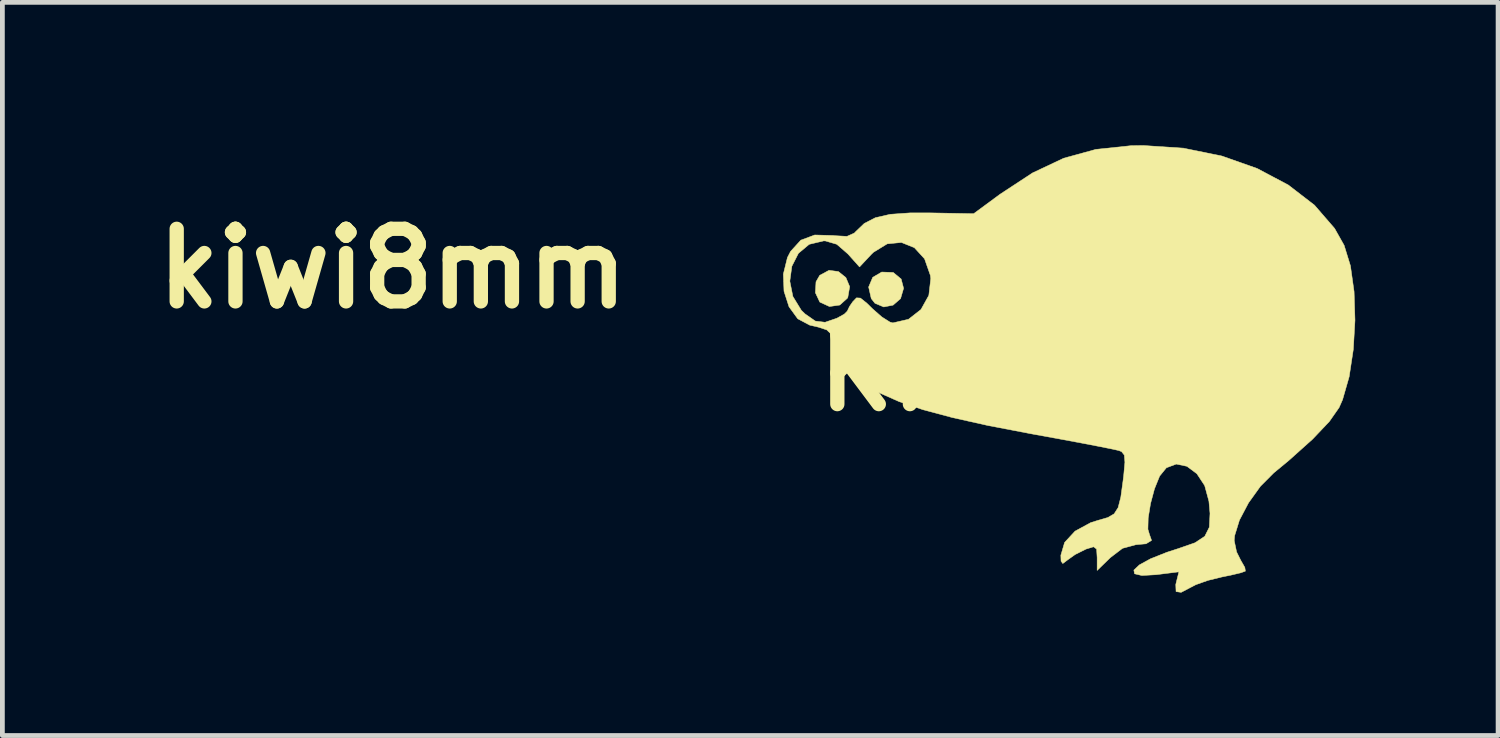
<source format=kicad_pcb>
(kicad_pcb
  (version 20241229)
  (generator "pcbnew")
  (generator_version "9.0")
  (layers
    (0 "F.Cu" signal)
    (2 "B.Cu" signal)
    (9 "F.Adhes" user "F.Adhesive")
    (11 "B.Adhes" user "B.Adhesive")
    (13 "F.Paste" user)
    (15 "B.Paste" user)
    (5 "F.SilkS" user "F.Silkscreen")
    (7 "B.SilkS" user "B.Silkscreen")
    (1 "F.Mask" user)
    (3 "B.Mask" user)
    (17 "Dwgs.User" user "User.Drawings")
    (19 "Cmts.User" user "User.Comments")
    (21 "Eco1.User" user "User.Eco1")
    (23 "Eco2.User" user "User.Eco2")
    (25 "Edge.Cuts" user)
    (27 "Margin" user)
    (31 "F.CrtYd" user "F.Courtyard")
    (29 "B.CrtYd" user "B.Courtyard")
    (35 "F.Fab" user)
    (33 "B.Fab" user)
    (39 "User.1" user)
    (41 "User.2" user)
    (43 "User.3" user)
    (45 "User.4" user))
  (footprint "Kiwi-silk"
    (layer "F.Cu")
    (at 19.394 4.746)
    (property "Reference" "Kiwi-silk" (at 0 0 0) (layer "F.SilkS") (effects (font (size 1.524 1.524) (thickness 0.3))))
    (attr through_hole)
    (fp_poly (pts (xy -3.688 -2.075) (xy -3.522 -1.937) (xy -3.471 -1.742) (xy -3.535 -1.525) (xy -3.692 -1.389) (xy -3.888 -1.351) (xy -4.072 -1.428) (xy -4.15 -1.527) (xy -4.205 -1.769) (xy -4.119 -1.973) (xy -3.93 -2.084) (xy -3.688 -2.075)) (stroke (width 0.01) (type solid)) (fill yes) (layer "F.SilkS"))
    (fp_poly (pts (xy -4.84 -2.094) (xy -4.683 -1.968) (xy -4.603 -1.777) (xy -4.642 -1.552) (xy -4.651 -1.535) (xy -4.811 -1.391) (xy -5.028 -1.36) (xy -5.227 -1.451) (xy -5.232 -1.456) (xy -5.323 -1.65) (xy -5.31 -1.879) (xy -5.232 -2.015) (xy -5.037 -2.12) (xy -4.84 -2.094)) (stroke (width 0.01) (type solid)) (fill yes) (layer "F.SilkS"))
    (fp_poly (pts (xy 2.408 -4.684) (xy 3.212 -4.52) (xy 3.952 -4.259) (xy 4.608 -3.911) (xy 5.157 -3.488) (xy 5.579 -3) (xy 5.779 -2.645) (xy 5.912 -2.213) (xy 5.988 -1.672) (xy 6.007 -1.071) (xy 5.972 -0.46) (xy 5.885 0.113) (xy 5.746 0.597) (xy 5.673 0.762) (xy 5.469 1.054) (xy 5.117 1.425) (xy 4.616 1.874) (xy 4.301 2.134) (xy 4.022 2.414) (xy 3.772 2.762) (xy 3.581 3.125) (xy 3.48 3.452) (xy 3.471 3.554) (xy 3.521 3.793) (xy 3.607 3.966) (xy 3.694 4.118) (xy 3.706 4.196) (xy 3.61 4.231) (xy 3.399 4.281) (xy 3.216 4.318) (xy 2.919 4.391) (xy 2.665 4.481) (xy 2.569 4.531) (xy 2.357 4.642) (xy 2.25 4.626) (xy 2.244 4.479) (xy 2.254 4.434) (xy 2.31 4.211) (xy 1.832 4.271) (xy 1.532 4.288) (xy 1.379 4.252) (xy 1.364 4.175) (xy 1.479 4.066) (xy 1.712 3.938) (xy 2.056 3.801) (xy 2.306 3.72) (xy 2.647 3.601) (xy 2.853 3.465) (xy 2.949 3.273) (xy 2.963 2.984) (xy 2.94 2.728) (xy 2.851 2.4) (xy 2.687 2.151) (xy 2.478 1.995) (xy 2.255 1.948) (xy 2.047 2.026) (xy 1.905 2.201) (xy 1.797 2.468) (xy 1.714 2.778) (xy 1.665 3.079) (xy 1.659 3.317) (xy 1.692 3.428) (xy 1.736 3.551) (xy 1.62 3.622) (xy 1.408 3.641) (xy 1.126 3.717) (xy 0.872 3.911) (xy 0.593 4.182) (xy 0.593 3.913) (xy 0.582 3.733) (xy 0.518 3.685) (xy 0.36 3.733) (xy 0.132 3.847) (xy -0.021 3.956) (xy -0.128 4.037) (xy -0.165 3.987) (xy -0.169 3.862) (xy -0.09 3.594) (xy 0.129 3.357) (xy 0.458 3.178) (xy 0.621 3.127) (xy 0.819 3.07) (xy 0.95 2.993) (xy 1.034 2.862) (xy 1.09 2.643) (xy 1.137 2.299) (xy 1.151 2.186) (xy 1.176 1.911) (xy 1.164 1.76) (xy 1.106 1.687) (xy 1.048 1.664) (xy 0.919 1.635) (xy 0.651 1.581) (xy 0.272 1.508) (xy -0.19 1.422) (xy -0.707 1.328) (xy -0.804 1.31) (xy -1.702 1.138) (xy -2.449 0.971) (xy -3.065 0.806) (xy -3.566 0.636) (xy -3.972 0.456) (xy -4.131 0.37) (xy -4.4 0.172) (xy -4.655 -0.085) (xy -4.86 -0.356) (xy -4.979 -0.598) (xy -4.995 -0.693) (xy -5.011 -0.799) (xy -5.084 -0.869) (xy -5.256 -0.926) (xy -5.442 -0.969) (xy -5.694 -1.103) (xy -5.877 -1.355) (xy -5.982 -1.681) (xy -5.99 -1.892) (xy -5.86 -1.892) (xy -5.796 -1.571) (xy -5.618 -1.28) (xy -5.542 -1.206) (xy -5.324 -1.054) (xy -5.12 -1.029) (xy -4.872 -1.114) (xy -4.715 -1.201) (xy -4.654 -1.262) (xy -4.606 -1.362) (xy -4.537 -1.462) (xy -4.46 -1.542) (xy -4.377 -1.537) (xy -4.245 -1.432) (xy -4.125 -1.314) (xy -3.927 -1.14) (xy -3.757 -1.033) (xy -3.697 -1.016) (xy -3.368 -1.092) (xy -3.106 -1.297) (xy -2.941 -1.594) (xy -2.9 -1.947) (xy -2.909 -2.015) (xy -3.031 -2.362) (xy -3.245 -2.596) (xy -3.517 -2.705) (xy -3.815 -2.676) (xy -4.104 -2.499) (xy -4.154 -2.45) (xy -4.396 -2.191) (xy -4.64 -2.464) (xy -4.874 -2.667) (xy -5.114 -2.737) (xy -5.15 -2.738) (xy -5.453 -2.666) (xy -5.679 -2.477) (xy -5.817 -2.206) (xy -5.86 -1.892) (xy -5.99 -1.892) (xy -5.996 -2.04) (xy -5.91 -2.389) (xy -5.844 -2.517) (xy -5.629 -2.753) (xy -5.337 -2.862) (xy -4.944 -2.851) (xy -4.917 -2.847) (xy -4.66 -2.833) (xy -4.506 -2.902) (xy -4.482 -2.927) (xy -4.296 -3.105) (xy -4.063 -3.225) (xy -3.753 -3.296) (xy -3.331 -3.326) (xy -2.926 -3.326) (xy -2 -3.309) (xy -1.445 -3.718) (xy -0.764 -4.165) (xy -0.109 -4.474) (xy 0.565 -4.659) (xy 1.304 -4.737) (xy 1.562 -4.741) (xy 2.408 -4.684)) (stroke (width 0.01) (type solid)) (fill yes) (layer "F.SilkS")))
  (footprint "kiwi8mm"
    (layer "F.Cu")
    (at 5.196 2.589)
    (property "Reference" "kiwi8mm" (at 0 0 0) (layer "F.SilkS") (effects (font (size 1.524 1.524) (thickness 0.3))))
    (attr through_hole)
    (fp_poly (pts (xy -1.995 -1.112) (xy -1.92 -1.015) (xy -1.911 -0.989) (xy -1.915 -0.86) (xy -1.98 -0.772) (xy -2.083 -0.741) (xy -2.199 -0.78) (xy -2.237 -0.811) (xy -2.302 -0.916) (xy -2.279 -1.016) (xy -2.22 -1.082) (xy -2.105 -1.137) (xy -1.995 -1.112)) (stroke (width 0.01) (type solid)) (fill yes) (layer "F.Mask"))
    (fp_poly (pts (xy -2.612 -1.119) (xy -2.53 -1.037) (xy -2.494 -0.951) (xy -2.529 -0.872) (xy -2.609 -0.79) (xy -2.695 -0.742) (xy -2.714 -0.739) (xy -2.784 -0.769) (xy -2.837 -0.811) (xy -2.896 -0.897) (xy -2.909 -0.947) (xy -2.873 -1.038) (xy -2.789 -1.12) (xy -2.702 -1.155) (xy -2.612 -1.119)) (stroke (width 0.01) (type solid)) (fill yes) (layer "F.Mask"))
    (fp_poly (pts (xy 1.543 -2.509) (xy 1.604 -2.494) (xy 2.074 -2.348) (xy 2.47 -2.153) (xy 2.79 -1.91) (xy 3.032 -1.622) (xy 3.132 -1.442) (xy 3.184 -1.323) (xy 3.22 -1.215) (xy 3.241 -1.096) (xy 3.251 -0.942) (xy 3.255 -0.73) (xy 3.255 -0.6) (xy 3.246 -0.25) (xy 3.212 0.035) (xy 3.145 0.275) (xy 3.034 0.488) (xy 2.871 0.693) (xy 2.646 0.909) (xy 2.388 1.124) (xy 2.143 1.359) (xy 1.986 1.604) (xy 1.911 1.867) (xy 1.91 1.876) (xy 1.9 2.029) (xy 1.92 2.121) (xy 1.957 2.166) (xy 2.025 2.244) (xy 2.004 2.291) (xy 1.897 2.309) (xy 1.882 2.31) (xy 1.756 2.33) (xy 1.592 2.38) (xy 1.485 2.425) (xy 1.351 2.486) (xy 1.257 2.528) (xy 1.226 2.54) (xy 1.224 2.501) (xy 1.237 2.417) (xy 1.26 2.295) (xy 1 2.325) (xy 0.835 2.334) (xy 0.752 2.315) (xy 0.746 2.274) (xy 0.812 2.216) (xy 0.947 2.146) (xy 1.145 2.069) (xy 1.254 2.034) (xy 1.412 1.976) (xy 1.532 1.916) (xy 1.588 1.867) (xy 1.588 1.866) (xy 1.605 1.779) (xy 1.615 1.64) (xy 1.616 1.563) (xy 1.606 1.407) (xy 1.566 1.298) (xy 1.478 1.194) (xy 1.478 1.194) (xy 1.334 1.092) (xy 1.199 1.075) (xy 1.082 1.138) (xy 0.989 1.274) (xy 0.927 1.475) (xy 0.905 1.716) (xy 0.901 1.986) (xy 0.746 1.986) (xy 0.605 2.014) (xy 0.477 2.109) (xy 0.457 2.129) (xy 0.323 2.273) (xy 0.323 2.126) (xy 0.316 2.027) (xy 0.279 1.999) (xy 0.219 2.011) (xy 0.108 2.066) (xy 0.012 2.138) (xy -0.061 2.198) (xy -0.088 2.195) (xy -0.092 2.152) (xy -0.049 1.977) (xy 0.076 1.836) (xy 0.279 1.734) (xy 0.357 1.711) (xy 0.453 1.684) (xy 0.518 1.649) (xy 0.561 1.587) (xy 0.592 1.481) (xy 0.621 1.311) (xy 0.639 1.19) (xy 0.658 1.037) (xy 0.655 0.952) (xy 0.627 0.912) (xy 0.605 0.903) (xy 0.538 0.889) (xy 0.396 0.861) (xy 0.193 0.822) (xy -0.056 0.776) (xy -0.334 0.726) (xy -0.372 0.719) (xy -0.891 0.62) (xy -1.327 0.522) (xy -1.686 0.424) (xy -1.978 0.322) (xy -2.21 0.212) (xy -2.39 0.091) (xy -2.527 -0.042) (xy -2.594 -0.135) (xy -2.669 -0.268) (xy -2.716 -0.382) (xy -2.725 -0.425) (xy -2.753 -0.488) (xy -2.848 -0.508) (xy -2.858 -0.508) (xy -3.007 -0.551) (xy -3.138 -0.663) (xy -3.234 -0.825) (xy -3.263 -0.947) (xy -3.213 -0.947) (xy -3.152 -0.784) (xy -3.046 -0.659) (xy -2.911 -0.581) (xy -2.763 -0.563) (xy -2.619 -0.618) (xy -2.568 -0.661) (xy -2.483 -0.756) (xy -2.431 -0.834) (xy -2.401 -0.877) (xy -2.372 -0.834) (xy -2.275 -0.698) (xy -2.137 -0.596) (xy -1.995 -0.554) (xy -1.99 -0.554) (xy -1.824 -0.593) (xy -1.697 -0.696) (xy -1.615 -0.842) (xy -1.58 -1.011) (xy -1.596 -1.182) (xy -1.667 -1.333) (xy -1.797 -1.445) (xy -1.83 -1.46) (xy -2.005 -1.496) (xy -2.163 -1.445) (xy -2.309 -1.308) (xy -2.387 -1.23) (xy -2.431 -1.228) (xy -2.434 -1.235) (xy -2.53 -1.38) (xy -2.678 -1.482) (xy -2.751 -1.505) (xy -2.901 -1.491) (xy -3.046 -1.407) (xy -3.159 -1.273) (xy -3.212 -1.133) (xy -3.213 -0.947) (xy -3.263 -0.947) (xy -3.278 -1.012) (xy -3.279 -1.045) (xy -3.267 -1.193) (xy -3.218 -1.303) (xy -3.122 -1.413) (xy -2.991 -1.522) (xy -2.866 -1.566) (xy -2.801 -1.57) (xy -2.684 -1.557) (xy -2.611 -1.526) (xy -2.607 -1.52) (xy -2.555 -1.512) (xy -2.463 -1.578) (xy -2.454 -1.587) (xy -2.344 -1.676) (xy -2.223 -1.738) (xy -2.07 -1.776) (xy -1.866 -1.795) (xy -1.59 -1.801) (xy -1.572 -1.801) (xy -1.071 -1.801) (xy -0.801 -2.003) (xy -0.363 -2.283) (xy 0.083 -2.472) (xy 0.546 -2.572) (xy 1.03 -2.584) (xy 1.543 -2.509)) (stroke (width 0.01) (type solid)) (fill yes) (layer "F.Mask")))
  (gr_rect
    (start -3 -3)
    (end 28.406 12.394)
    (stroke (width 0.1) (type default))
    (fill no)
    (layer "Edge.Cuts")))
</source>
